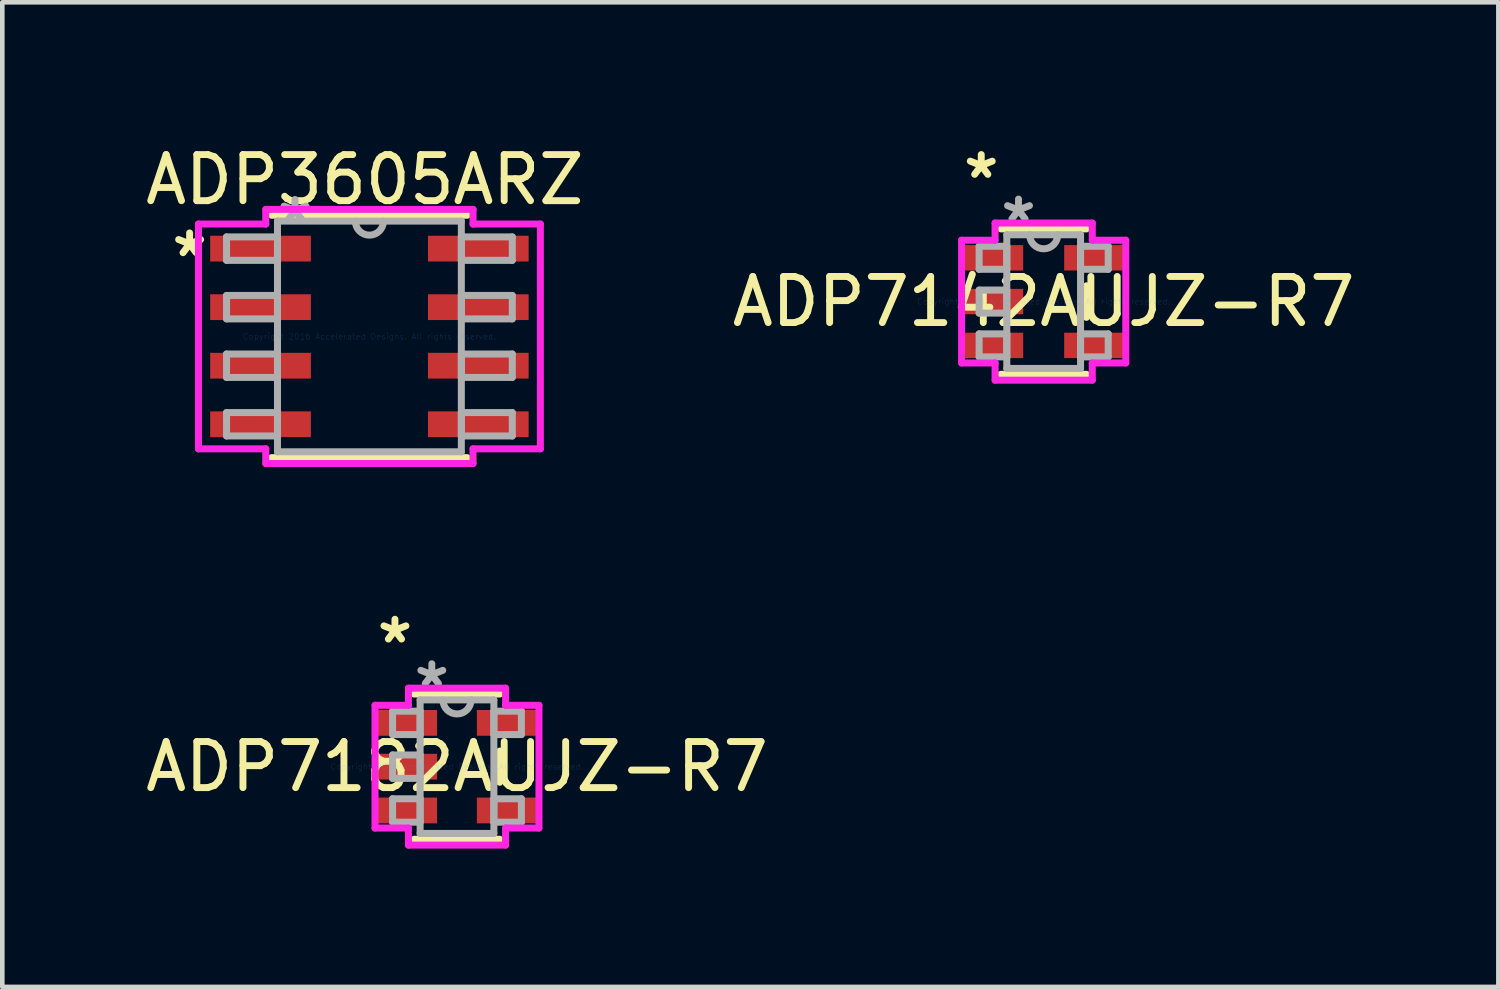
<source format=kicad_pcb>
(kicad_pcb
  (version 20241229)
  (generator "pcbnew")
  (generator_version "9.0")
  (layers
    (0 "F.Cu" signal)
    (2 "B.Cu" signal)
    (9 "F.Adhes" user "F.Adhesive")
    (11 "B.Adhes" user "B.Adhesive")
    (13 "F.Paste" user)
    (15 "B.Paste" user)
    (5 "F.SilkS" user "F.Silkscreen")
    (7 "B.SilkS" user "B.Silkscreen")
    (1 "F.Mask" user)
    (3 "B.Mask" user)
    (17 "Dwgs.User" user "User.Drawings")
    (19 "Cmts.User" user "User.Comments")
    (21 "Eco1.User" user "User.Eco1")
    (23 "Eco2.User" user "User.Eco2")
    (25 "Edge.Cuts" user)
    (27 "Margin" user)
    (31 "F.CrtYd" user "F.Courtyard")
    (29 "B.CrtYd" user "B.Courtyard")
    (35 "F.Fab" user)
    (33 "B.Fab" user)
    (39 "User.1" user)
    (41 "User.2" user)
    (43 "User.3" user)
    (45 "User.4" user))
  (footprint "ADP3605ARZ"
    (layer "F.Cu")
    (at 4.963 4.248)
    (property "Reference" "ADP3605ARZ" (at -0.1 -3.4 0) (layer "F.SilkS") (effects (font (size 1 1) (thickness 0.15))))
    (attr through_hole)
    (fp_line (start -2.121 2.629) (end 2.121 2.629) (stroke (width 0.152) (type solid)) (layer "F.SilkS"))
    (fp_line (start 2.121 -2.629) (end -2.121 -2.629) (stroke (width 0.152) (type solid)) (layer "F.SilkS"))
    (fp_line (start -3.708 -2.438) (end -2.248 -2.438) (stroke (width 0.152) (type solid)) (layer "F.CrtYd"))
    (fp_line (start -3.708 2.438) (end -3.708 -2.438) (stroke (width 0.152) (type solid)) (layer "F.CrtYd"))
    (fp_line (start -2.248 -2.756) (end 2.248 -2.756) (stroke (width 0.152) (type solid)) (layer "F.CrtYd"))
    (fp_line (start -2.248 -2.438) (end -2.248 -2.756) (stroke (width 0.152) (type solid)) (layer "F.CrtYd"))
    (fp_line (start -2.248 2.438) (end -3.708 2.438) (stroke (width 0.152) (type solid)) (layer "F.CrtYd"))
    (fp_line (start -2.248 2.756) (end -2.248 2.438) (stroke (width 0.152) (type solid)) (layer "F.CrtYd"))
    (fp_line (start 2.248 -2.756) (end 2.248 -2.438) (stroke (width 0.152) (type solid)) (layer "F.CrtYd"))
    (fp_line (start 2.248 -2.438) (end 3.708 -2.438) (stroke (width 0.152) (type solid)) (layer "F.CrtYd"))
    (fp_line (start 2.248 2.438) (end 2.248 2.756) (stroke (width 0.152) (type solid)) (layer "F.CrtYd"))
    (fp_line (start 2.248 2.756) (end -2.248 2.756) (stroke (width 0.152) (type solid)) (layer "F.CrtYd"))
    (fp_line (start 3.708 -2.438) (end 3.708 2.438) (stroke (width 0.152) (type solid)) (layer "F.CrtYd"))
    (fp_line (start 3.708 2.438) (end 2.248 2.438) (stroke (width 0.152) (type solid)) (layer "F.CrtYd"))
    (fp_line (start -3.099 -2.159) (end -3.099 -1.651) (stroke (width 0.152) (type solid)) (layer "F.Fab"))
    (fp_line (start -3.099 -1.651) (end -1.994 -1.651) (stroke (width 0.152) (type solid)) (layer "F.Fab"))
    (fp_line (start -3.099 -0.889) (end -3.099 -0.381) (stroke (width 0.152) (type solid)) (layer "F.Fab"))
    (fp_line (start -3.099 -0.381) (end -1.994 -0.381) (stroke (width 0.152) (type solid)) (layer "F.Fab"))
    (fp_line (start -3.099 0.381) (end -3.099 0.889) (stroke (width 0.152) (type solid)) (layer "F.Fab"))
    (fp_line (start -3.099 0.889) (end -1.994 0.889) (stroke (width 0.152) (type solid)) (layer "F.Fab"))
    (fp_line (start -3.099 1.651) (end -3.099 2.159) (stroke (width 0.152) (type solid)) (layer "F.Fab"))
    (fp_line (start -3.099 2.159) (end -1.994 2.159) (stroke (width 0.152) (type solid)) (layer "F.Fab"))
    (fp_line (start -1.994 -2.502) (end -1.994 2.502) (stroke (width 0.152) (type solid)) (layer "F.Fab"))
    (fp_line (start -1.994 -2.159) (end -3.099 -2.159) (stroke (width 0.152) (type solid)) (layer "F.Fab"))
    (fp_line (start -1.994 -1.651) (end -1.994 -2.159) (stroke (width 0.152) (type solid)) (layer "F.Fab"))
    (fp_line (start -1.994 -0.889) (end -3.099 -0.889) (stroke (width 0.152) (type solid)) (layer "F.Fab"))
    (fp_line (start -1.994 -0.381) (end -1.994 -0.889) (stroke (width 0.152) (type solid)) (layer "F.Fab"))
    (fp_line (start -1.994 0.381) (end -3.099 0.381) (stroke (width 0.152) (type solid)) (layer "F.Fab"))
    (fp_line (start -1.994 0.889) (end -1.994 0.381) (stroke (width 0.152) (type solid)) (layer "F.Fab"))
    (fp_line (start -1.994 1.651) (end -3.099 1.651) (stroke (width 0.152) (type solid)) (layer "F.Fab"))
    (fp_line (start -1.994 2.159) (end -1.994 1.651) (stroke (width 0.152) (type solid)) (layer "F.Fab"))
    (fp_line (start -1.994 2.502) (end 1.994 2.502) (stroke (width 0.152) (type solid)) (layer "F.Fab"))
    (fp_line (start 1.994 -2.502) (end -1.994 -2.502) (stroke (width 0.152) (type solid)) (layer "F.Fab"))
    (fp_line (start 1.994 -2.159) (end 1.994 -1.651) (stroke (width 0.152) (type solid)) (layer "F.Fab"))
    (fp_line (start 1.994 -1.651) (end 3.099 -1.651) (stroke (width 0.152) (type solid)) (layer "F.Fab"))
    (fp_line (start 1.994 -0.889) (end 1.994 -0.381) (stroke (width 0.152) (type solid)) (layer "F.Fab"))
    (fp_line (start 1.994 -0.381) (end 3.099 -0.381) (stroke (width 0.152) (type solid)) (layer "F.Fab"))
    (fp_line (start 1.994 0.381) (end 1.994 0.889) (stroke (width 0.152) (type solid)) (layer "F.Fab"))
    (fp_line (start 1.994 0.889) (end 3.099 0.889) (stroke (width 0.152) (type solid)) (layer "F.Fab"))
    (fp_line (start 1.994 1.651) (end 1.994 2.159) (stroke (width 0.152) (type solid)) (layer "F.Fab"))
    (fp_line (start 1.994 2.159) (end 3.099 2.159) (stroke (width 0.152) (type solid)) (layer "F.Fab"))
    (fp_line (start 1.994 2.502) (end 1.994 -2.502) (stroke (width 0.152) (type solid)) (layer "F.Fab"))
    (fp_line (start 3.099 -2.159) (end 1.994 -2.159) (stroke (width 0.152) (type solid)) (layer "F.Fab"))
    (fp_line (start 3.099 -1.651) (end 3.099 -2.159) (stroke (width 0.152) (type solid)) (layer "F.Fab"))
    (fp_line (start 3.099 -0.889) (end 1.994 -0.889) (stroke (width 0.152) (type solid)) (layer "F.Fab"))
    (fp_line (start 3.099 -0.381) (end 3.099 -0.889) (stroke (width 0.152) (type solid)) (layer "F.Fab"))
    (fp_line (start 3.099 0.381) (end 1.994 0.381) (stroke (width 0.152) (type solid)) (layer "F.Fab"))
    (fp_line (start 3.099 0.889) (end 3.099 0.381) (stroke (width 0.152) (type solid)) (layer "F.Fab"))
    (fp_line (start 3.099 1.651) (end 1.994 1.651) (stroke (width 0.152) (type solid)) (layer "F.Fab"))
    (fp_line (start 3.099 2.159) (end 3.099 1.651) (stroke (width 0.152) (type solid)) (layer "F.Fab"))
    (fp_arc (start 0.3048 -2.5019) (mid 0 -2.1971) (end -0.3048 -2.5019) (stroke (width 0.1524) (type solid)) (layer "F.Fab"))
    (fp_text user "*" (at -3.9 -1.7 0) (layer "F.SilkS") (effects (font (size 1 1) (thickness 0.15))))
    (fp_text user "Copyright 2016 Accelerated Designs. All rights reserved." (at 0 0 0) (layer "Cmts.User") (effects (font (size 0.127 0.127) (thickness 0.002))))
    (fp_text user "*" (at -1.613 -2.426 0) (layer "F.Fab") (effects (font (size 1 1) (thickness 0.15))))
    (pad "1" smd rect (at -2.362 -1.905) (size 2.184 0.559) (layers "F.Cu" "F.Mask" "F.Paste"))
    (pad "2" smd rect (at -2.362 -0.635) (size 2.184 0.559) (layers "F.Cu" "F.Mask" "F.Paste"))
    (pad "3" smd rect (at -2.362 0.635) (size 2.184 0.559) (layers "F.Cu" "F.Mask" "F.Paste"))
    (pad "4" smd rect (at -2.362 1.905) (size 2.184 0.559) (layers "F.Cu" "F.Mask" "F.Paste"))
    (pad "5" smd rect (at 2.362 1.905) (size 2.184 0.559) (layers "F.Cu" "F.Mask" "F.Paste"))
    (pad "6" smd rect (at 2.362 0.635) (size 2.184 0.559) (layers "F.Cu" "F.Mask" "F.Paste"))
    (pad "7" smd rect (at 2.362 -0.635) (size 2.184 0.559) (layers "F.Cu" "F.Mask" "F.Paste"))
    (pad "8" smd rect (at 2.362 -1.905) (size 2.184 0.559) (layers "F.Cu" "F.Mask" "F.Paste")))
  (footprint "ADP7182AUJZ-R7"
    (layer "F.Cu")
    (at 6.863 13.58)
    (property "Reference" "ADP7182AUJZ-R7" (at 0 0 0) (layer "F.SilkS") (effects (font (size 1 1) (thickness 0.15))))
    (attr through_hole)
    (fp_line (start -0.927 1.575) (end 0.927 1.575) (stroke (width 0.152) (type solid)) (layer "F.SilkS"))
    (fp_line (start 0.927 -1.575) (end -0.927 -1.575) (stroke (width 0.152) (type solid)) (layer "F.SilkS"))
    (fp_line (start 0.927 0.338) (end 0.927 -0.338) (stroke (width 0.152) (type solid)) (layer "F.SilkS"))
    (fp_line (start -1.778 -1.331) (end -1.054 -1.331) (stroke (width 0.152) (type solid)) (layer "F.CrtYd"))
    (fp_line (start -1.778 1.331) (end -1.778 -1.331) (stroke (width 0.152) (type solid)) (layer "F.CrtYd"))
    (fp_line (start -1.054 -1.702) (end 1.054 -1.702) (stroke (width 0.152) (type solid)) (layer "F.CrtYd"))
    (fp_line (start -1.054 -1.331) (end -1.054 -1.702) (stroke (width 0.152) (type solid)) (layer "F.CrtYd"))
    (fp_line (start -1.054 1.331) (end -1.778 1.331) (stroke (width 0.152) (type solid)) (layer "F.CrtYd"))
    (fp_line (start -1.054 1.702) (end -1.054 1.331) (stroke (width 0.152) (type solid)) (layer "F.CrtYd"))
    (fp_line (start 1.054 -1.702) (end 1.054 -1.331) (stroke (width 0.152) (type solid)) (layer "F.CrtYd"))
    (fp_line (start 1.054 -1.331) (end 1.778 -1.331) (stroke (width 0.152) (type solid)) (layer "F.CrtYd"))
    (fp_line (start 1.054 1.331) (end 1.054 1.702) (stroke (width 0.152) (type solid)) (layer "F.CrtYd"))
    (fp_line (start 1.054 1.702) (end -1.054 1.702) (stroke (width 0.152) (type solid)) (layer "F.CrtYd"))
    (fp_line (start 1.778 -1.331) (end 1.778 1.331) (stroke (width 0.152) (type solid)) (layer "F.CrtYd"))
    (fp_line (start 1.778 1.331) (end 1.054 1.331) (stroke (width 0.152) (type solid)) (layer "F.CrtYd"))
    (fp_line (start -1.397 -1.204) (end -1.397 -0.696) (stroke (width 0.152) (type solid)) (layer "F.Fab"))
    (fp_line (start -1.397 -0.696) (end -0.8 -0.696) (stroke (width 0.152) (type solid)) (layer "F.Fab"))
    (fp_line (start -1.397 -0.254) (end -1.397 0.254) (stroke (width 0.152) (type solid)) (layer "F.Fab"))
    (fp_line (start -1.397 0.254) (end -0.8 0.254) (stroke (width 0.152) (type solid)) (layer "F.Fab"))
    (fp_line (start -1.397 0.696) (end -1.397 1.204) (stroke (width 0.152) (type solid)) (layer "F.Fab"))
    (fp_line (start -1.397 1.204) (end -0.8 1.204) (stroke (width 0.152) (type solid)) (layer "F.Fab"))
    (fp_line (start -0.8 -1.448) (end -0.8 1.448) (stroke (width 0.152) (type solid)) (layer "F.Fab"))
    (fp_line (start -0.8 -1.204) (end -1.397 -1.204) (stroke (width 0.152) (type solid)) (layer "F.Fab"))
    (fp_line (start -0.8 -0.696) (end -0.8 -1.204) (stroke (width 0.152) (type solid)) (layer "F.Fab"))
    (fp_line (start -0.8 -0.254) (end -1.397 -0.254) (stroke (width 0.152) (type solid)) (layer "F.Fab"))
    (fp_line (start -0.8 0.254) (end -0.8 -0.254) (stroke (width 0.152) (type solid)) (layer "F.Fab"))
    (fp_line (start -0.8 0.696) (end -1.397 0.696) (stroke (width 0.152) (type solid)) (layer "F.Fab"))
    (fp_line (start -0.8 1.204) (end -0.8 0.696) (stroke (width 0.152) (type solid)) (layer "F.Fab"))
    (fp_line (start -0.8 1.448) (end 0.8 1.448) (stroke (width 0.152) (type solid)) (layer "F.Fab"))
    (fp_line (start 0.8 -1.448) (end -0.8 -1.448) (stroke (width 0.152) (type solid)) (layer "F.Fab"))
    (fp_line (start 0.8 -1.204) (end 0.8 -0.696) (stroke (width 0.152) (type solid)) (layer "F.Fab"))
    (fp_line (start 0.8 -0.696) (end 1.397 -0.696) (stroke (width 0.152) (type solid)) (layer "F.Fab"))
    (fp_line (start 0.8 0.696) (end 0.8 1.204) (stroke (width 0.152) (type solid)) (layer "F.Fab"))
    (fp_line (start 0.8 1.204) (end 1.397 1.204) (stroke (width 0.152) (type solid)) (layer "F.Fab"))
    (fp_line (start 0.8 1.448) (end 0.8 -1.448) (stroke (width 0.152) (type solid)) (layer "F.Fab"))
    (fp_line (start 1.397 -1.204) (end 0.8 -1.204) (stroke (width 0.152) (type solid)) (layer "F.Fab"))
    (fp_line (start 1.397 -0.696) (end 1.397 -1.204) (stroke (width 0.152) (type solid)) (layer "F.Fab"))
    (fp_line (start 1.397 0.696) (end 0.8 0.696) (stroke (width 0.152) (type solid)) (layer "F.Fab"))
    (fp_line (start 1.397 1.204) (end 1.397 0.696) (stroke (width 0.152) (type solid)) (layer "F.Fab"))
    (fp_arc (start 0.3048 -1.4478) (mid 0 -1.143) (end -0.3048 -1.4478) (stroke (width 0.1524) (type solid)) (layer "F.Fab"))
    (fp_text user "*" (at -1.346 -2.652 0) (layer "F.SilkS") (effects (font (size 1 1) (thickness 0.15))))
    (fp_text user "Copyright 2016 Accelerated Designs. All rights reserved." (at 0 0 0) (layer "Cmts.User") (effects (font (size 0.127 0.127) (thickness 0.002))))
    (fp_text user "*" (at -0.546 -1.687 0) (layer "F.Fab") (effects (font (size 1 1) (thickness 0.15))))
    (pad "1" smd rect (at -1.092 -0.95) (size 1.321 0.559) (layers "F.Cu" "F.Mask" "F.Paste"))
    (pad "2" smd rect (at -1.092 0) (size 1.321 0.559) (layers "F.Cu" "F.Mask" "F.Paste"))
    (pad "3" smd rect (at -1.092 0.95) (size 1.321 0.559) (layers "F.Cu" "F.Mask" "F.Paste"))
    (pad "4" smd rect (at 1.092 0.95) (size 1.321 0.559) (layers "F.Cu" "F.Mask" "F.Paste"))
    (pad "5" smd rect (at 1.092 -0.95) (size 1.321 0.559) (layers "F.Cu" "F.Mask" "F.Paste")))
  (footprint "ADP7142AUJZ-R7"
    (layer "F.Cu")
    (at 19.589 3.492)
    (property "Reference" "ADP7142AUJZ-R7" (at 0 0 0) (layer "F.SilkS") (effects (font (size 1 1) (thickness 0.15))))
    (attr through_hole)
    (fp_line (start -0.927 1.577) (end 0.927 1.577) (stroke (width 0.152) (type solid)) (layer "F.SilkS"))
    (fp_line (start 0.927 -1.577) (end -0.927 -1.577) (stroke (width 0.152) (type solid)) (layer "F.SilkS"))
    (fp_line (start 0.927 0.342) (end 0.927 -0.342) (stroke (width 0.152) (type solid)) (layer "F.SilkS"))
    (fp_line (start -1.781 -1.331) (end -1.054 -1.331) (stroke (width 0.152) (type solid)) (layer "F.CrtYd"))
    (fp_line (start -1.781 1.331) (end -1.781 -1.331) (stroke (width 0.152) (type solid)) (layer "F.CrtYd"))
    (fp_line (start -1.054 -1.704) (end 1.054 -1.704) (stroke (width 0.152) (type solid)) (layer "F.CrtYd"))
    (fp_line (start -1.054 -1.331) (end -1.054 -1.704) (stroke (width 0.152) (type solid)) (layer "F.CrtYd"))
    (fp_line (start -1.054 1.331) (end -1.781 1.331) (stroke (width 0.152) (type solid)) (layer "F.CrtYd"))
    (fp_line (start -1.054 1.704) (end -1.054 1.331) (stroke (width 0.152) (type solid)) (layer "F.CrtYd"))
    (fp_line (start 1.054 -1.704) (end 1.054 -1.331) (stroke (width 0.152) (type solid)) (layer "F.CrtYd"))
    (fp_line (start 1.054 -1.331) (end 1.781 -1.331) (stroke (width 0.152) (type solid)) (layer "F.CrtYd"))
    (fp_line (start 1.054 1.331) (end 1.054 1.704) (stroke (width 0.152) (type solid)) (layer "F.CrtYd"))
    (fp_line (start 1.054 1.704) (end -1.054 1.704) (stroke (width 0.152) (type solid)) (layer "F.CrtYd"))
    (fp_line (start 1.781 -1.331) (end 1.781 1.331) (stroke (width 0.152) (type solid)) (layer "F.CrtYd"))
    (fp_line (start 1.781 1.331) (end 1.054 1.331) (stroke (width 0.152) (type solid)) (layer "F.CrtYd"))
    (fp_line (start -1.4 -1.2) (end -1.4 -0.7) (stroke (width 0.152) (type solid)) (layer "F.Fab"))
    (fp_line (start -1.4 -0.7) (end -0.8 -0.7) (stroke (width 0.152) (type solid)) (layer "F.Fab"))
    (fp_line (start -1.4 -0.25) (end -1.4 0.25) (stroke (width 0.152) (type solid)) (layer "F.Fab"))
    (fp_line (start -1.4 0.25) (end -0.8 0.25) (stroke (width 0.152) (type solid)) (layer "F.Fab"))
    (fp_line (start -1.4 0.7) (end -1.4 1.2) (stroke (width 0.152) (type solid)) (layer "F.Fab"))
    (fp_line (start -1.4 1.2) (end -0.8 1.2) (stroke (width 0.152) (type solid)) (layer "F.Fab"))
    (fp_line (start -0.8 -1.45) (end -0.8 1.45) (stroke (width 0.152) (type solid)) (layer "F.Fab"))
    (fp_line (start -0.8 -1.2) (end -1.4 -1.2) (stroke (width 0.152) (type solid)) (layer "F.Fab"))
    (fp_line (start -0.8 -0.7) (end -0.8 -1.2) (stroke (width 0.152) (type solid)) (layer "F.Fab"))
    (fp_line (start -0.8 -0.25) (end -1.4 -0.25) (stroke (width 0.152) (type solid)) (layer "F.Fab"))
    (fp_line (start -0.8 0.25) (end -0.8 -0.25) (stroke (width 0.152) (type solid)) (layer "F.Fab"))
    (fp_line (start -0.8 0.7) (end -1.4 0.7) (stroke (width 0.152) (type solid)) (layer "F.Fab"))
    (fp_line (start -0.8 1.2) (end -0.8 0.7) (stroke (width 0.152) (type solid)) (layer "F.Fab"))
    (fp_line (start -0.8 1.45) (end 0.8 1.45) (stroke (width 0.152) (type solid)) (layer "F.Fab"))
    (fp_line (start 0.8 -1.45) (end -0.8 -1.45) (stroke (width 0.152) (type solid)) (layer "F.Fab"))
    (fp_line (start 0.8 -1.2) (end 0.8 -0.7) (stroke (width 0.152) (type solid)) (layer "F.Fab"))
    (fp_line (start 0.8 -0.7) (end 1.4 -0.7) (stroke (width 0.152) (type solid)) (layer "F.Fab"))
    (fp_line (start 0.8 0.7) (end 0.8 1.2) (stroke (width 0.152) (type solid)) (layer "F.Fab"))
    (fp_line (start 0.8 1.2) (end 1.4 1.2) (stroke (width 0.152) (type solid)) (layer "F.Fab"))
    (fp_line (start 0.8 1.45) (end 0.8 -1.45) (stroke (width 0.152) (type solid)) (layer "F.Fab"))
    (fp_line (start 1.4 -1.2) (end 0.8 -1.2) (stroke (width 0.152) (type solid)) (layer "F.Fab"))
    (fp_line (start 1.4 -0.7) (end 1.4 -1.2) (stroke (width 0.152) (type solid)) (layer "F.Fab"))
    (fp_line (start 1.4 0.7) (end 0.8 0.7) (stroke (width 0.152) (type solid)) (layer "F.Fab"))
    (fp_line (start 1.4 1.2) (end 1.4 0.7) (stroke (width 0.152) (type solid)) (layer "F.Fab"))
    (fp_arc (start 0.3048 -1.45) (mid 0 -1.1452) (end -0.3048 -1.45) (stroke (width 0.1524) (type solid)) (layer "F.Fab"))
    (fp_text user "*" (at -1.354 -2.644 0) (layer "F.SilkS") (effects (font (size 1 1) (thickness 0.15))))
    (fp_text user "Copyright 2016 Accelerated Designs. All rights reserved." (at 0 0 0) (layer "Cmts.User") (effects (font (size 0.127 0.127) (thickness 0.002))))
    (fp_text user "*" (at -0.546 -1.679 0) (layer "F.Fab") (effects (font (size 1 1) (thickness 0.15))))
    (pad "1" smd rect (at -1.1 -0.95) (size 1.311 0.551) (layers "F.Cu" "F.Mask" "F.Paste"))
    (pad "2" smd rect (at -1.1 0) (size 1.311 0.551) (layers "F.Cu" "F.Mask" "F.Paste"))
    (pad "3" smd rect (at -1.1 0.95) (size 1.311 0.551) (layers "F.Cu" "F.Mask" "F.Paste"))
    (pad "4" smd rect (at 1.1 0.95) (size 1.311 0.551) (layers "F.Cu" "F.Mask" "F.Paste"))
    (pad "5" smd rect (at 1.1 -0.95) (size 1.311 0.551) (layers "F.Cu" "F.Mask" "F.Paste")))
  (gr_rect
    (start -3 -3)
    (end 29.452 18.358)
    (stroke (width 0.1) (type default))
    (fill no)
    (layer "Edge.Cuts")))
</source>
